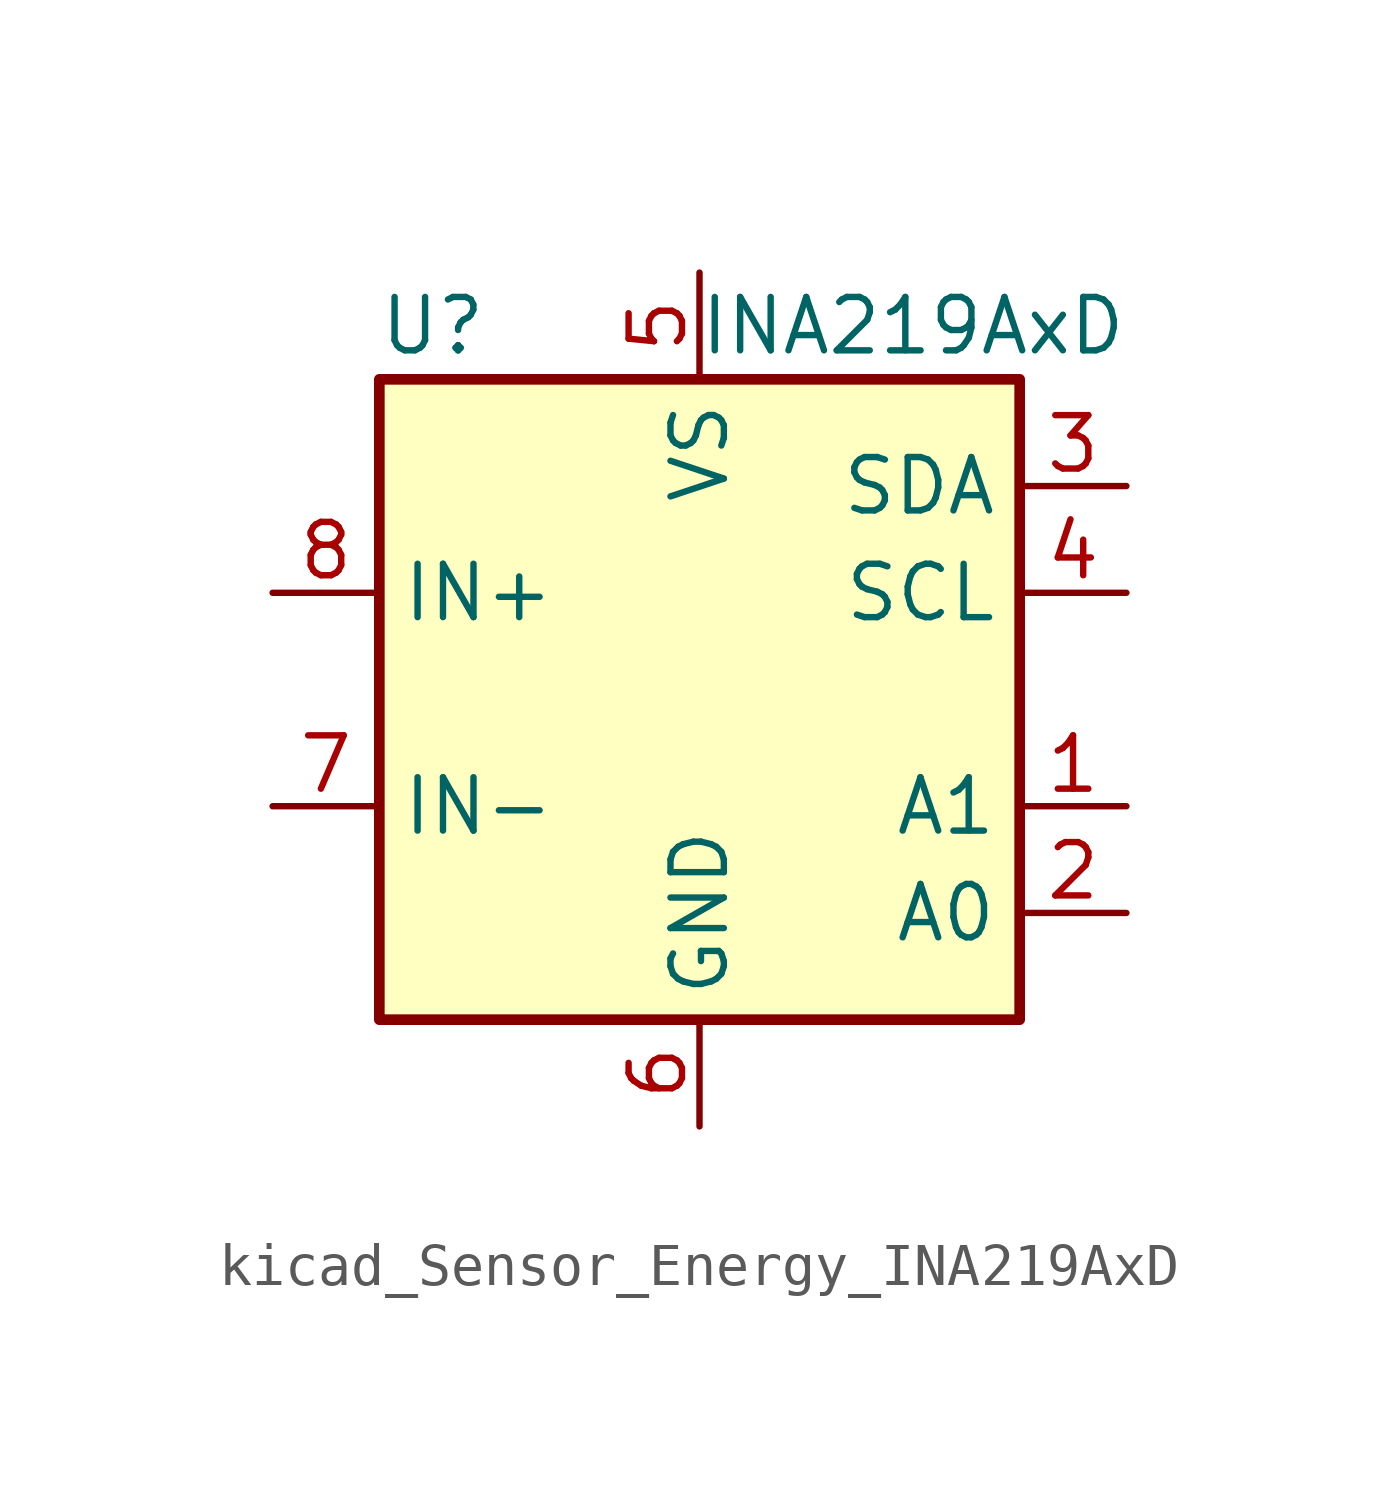
<source format=kicad_sym>
(kicad_symbol_lib
  (version 20220914)
  (generator kicad_symbol_editor)
  (symbol "kicad_Sensor_Energy_INA219AxD"
    (property "Reference" "U"
      (at -6.35 8.89 0)
      (effects (font (size 1.27 1.27))))
    (property "Value" "INA219AxD"
      (at 5.08 8.89 0)
      (effects (font (size 1.27 1.27))))
    (symbol "kicad_Sensor_Energy_INA219AxD_0_1"
      (rectangle (start -7.62 7.62) (end 7.62 -7.62) (stroke (width 0.254) (type default)) (fill (type background))))
    (symbol "kicad_Sensor_Energy_INA219AxD_1_1"
      (pin input line (at 10.16 -2.54 180) (length 2.54) (name "A1" (effects (font (size 1.27 1.27)))) (number "1" (effects (font (size 1.27 1.27)))))
      (pin input line (at 10.16 -5.08 180) (length 2.54) (name "A0" (effects (font (size 1.27 1.27)))) (number "2" (effects (font (size 1.27 1.27)))))
      (pin bidirectional line (at 10.16 5.08 180) (length 2.54) (name "SDA" (effects (font (size 1.27 1.27)))) (number "3" (effects (font (size 1.27 1.27)))))
      (pin input line (at 10.16 2.54 180) (length 2.54) (name "SCL" (effects (font (size 1.27 1.27)))) (number "4" (effects (font (size 1.27 1.27)))))
      (pin power_in line (at 0 10.16 270) (length 2.54) (name "VS" (effects (font (size 1.27 1.27)))) (number "5" (effects (font (size 1.27 1.27)))))
      (pin power_in line (at 0 -10.16 90) (length 2.54) (name "GND" (effects (font (size 1.27 1.27)))) (number "6" (effects (font (size 1.27 1.27)))))
      (pin input line (at -10.16 -2.54 0) (length 2.54) (name "IN-" (effects (font (size 1.27 1.27)))) (number "7" (effects (font (size 1.27 1.27)))))
      (pin input line (at -10.16 2.54 0) (length 2.54) (name "IN+" (effects (font (size 1.27 1.27)))) (number "8" (effects (font (size 1.27 1.27))))))))
</source>
